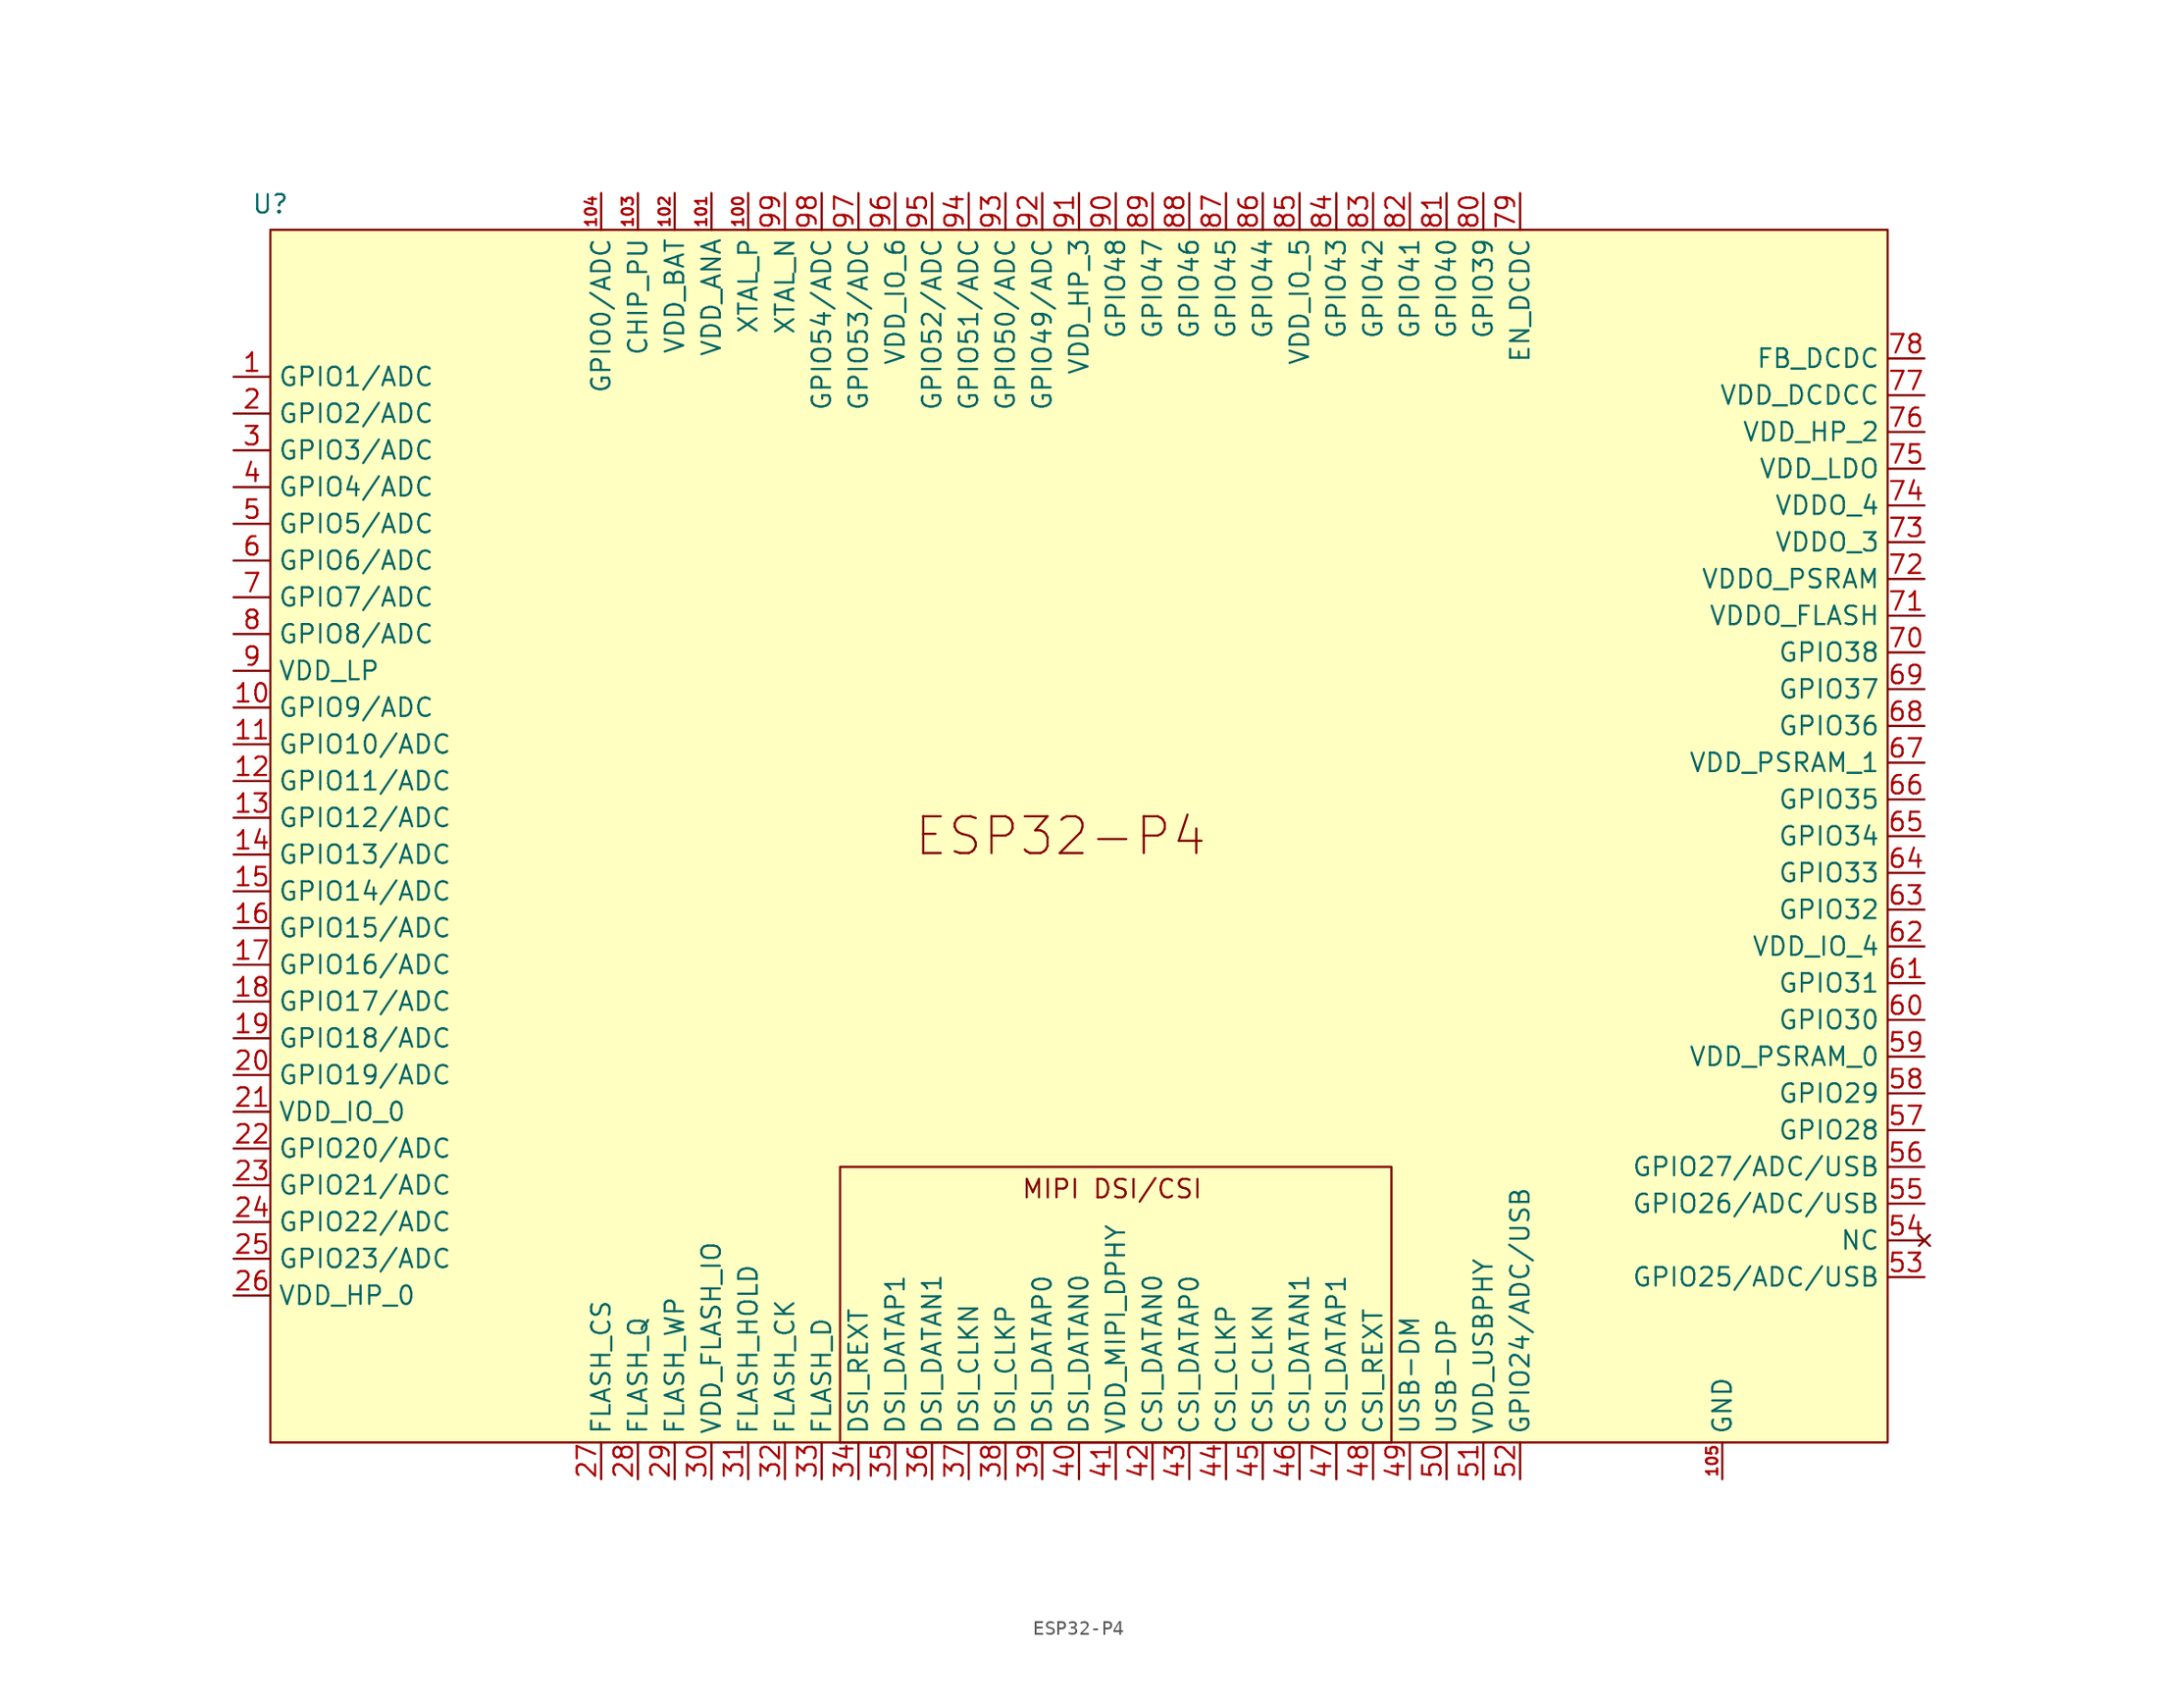
<source format=kicad_sym>
(kicad_symbol_lib
  (version 20241209)
  (generator "kicad_symbol_editor")
  (generator_version "9.0")
  (symbol "ESP32-P4"
    (property "Reference" "U"
      (at -54.61 43.688 0)
      (effects (font (size 1.27 1.27))))
    (property "Value" ""
      (at -54.61 -41.91 0)
      (effects (font (size 1.27 1.27))))
    (symbol "ESP32-P4_1_0"
      (polyline (pts (xy -4.525 14.501) (xy -4.739 14.278) (xy -4.941 14.045) (xy -5.131 13.804) (xy -5.308 13.554) (xy -5.472 13.296) (xy -5.622 13.031) (xy -5.76 12.76) (xy -5.884 12.482) (xy -5.994 12.198) (xy -6.09 11.91) (xy -6.172 11.616) (xy -6.239 11.318) (xy -6.292 11.017) (xy -6.33 10.713) (xy -6.354 10.405) (xy -6.361 10.096) (xy -6.354 9.787) (xy -6.33 9.479) (xy -6.292 9.175) (xy -6.239 8.874) (xy -6.172 8.576) (xy -6.09 8.282) (xy -5.994 7.994) (xy -5.884 7.71) (xy -5.76 7.432) (xy -5.622 7.16) (xy -5.472 6.896) (xy -5.308 6.638) (xy -5.131 6.388) (xy -4.941 6.147) (xy -4.739 5.914) (xy -4.525 5.691) (xy -4.302 5.477) (xy -4.069 5.275) (xy -3.828 5.085) (xy -3.578 4.909) (xy -3.321 4.745) (xy -3.056 4.594) (xy -2.784 4.457) (xy -2.506 4.333) (xy -2.223 4.223) (xy -1.934 4.126) (xy -1.641 4.044) (xy -1.343 3.977) (xy -1.042 3.924) (xy -0.737 3.886) (xy -0.43 3.863) (xy -0.12 3.855) (xy 0.189 3.863) (xy 0.496 3.886) (xy 0.801 3.924) (xy 1.102 3.977) (xy 1.4 4.044) (xy 1.693 4.126) (xy 1.982 4.223) (xy 2.266 4.333) (xy 2.543 4.457) (xy 2.815 4.594) (xy 3.08 4.745) (xy 3.337 4.909) (xy 3.587 5.085) (xy 3.829 5.275) (xy 4.061 5.477) (xy 4.284 5.691) (xy 4.643 5.333) (xy 4.398 5.104) (xy 4.143 4.888) (xy 3.879 4.687) (xy 3.606 4.499) (xy 3.325 4.325) (xy 3.036 4.166) (xy 2.739 4.021) (xy 2.437 3.892) (xy 2.128 3.777) (xy 1.813 3.678) (xy 1.494 3.595) (xy 1.17 3.527) (xy 0.843 3.475) (xy 0.513 3.44) (xy 0.179 3.421) (xy -0.156 3.418) (xy -0.5 3.427) (xy -0.841 3.453) (xy -1.176 3.495) (xy -1.506 3.554) (xy -1.83 3.629) (xy -2.148 3.719) (xy -2.459 3.824) (xy -2.764 3.943) (xy -3.061 4.077) (xy -3.35 4.225) (xy -3.631 4.386) (xy -3.903 4.559) (xy -4.166 4.746) (xy -4.42 4.944) (xy -4.663 5.154) (xy -4.896 5.376) (xy -5.119 5.608) (xy -5.33 5.851) (xy -5.529 6.103) (xy -5.717 6.365) (xy -5.892 6.637) (xy -6.054 6.917) (xy -6.203 7.205) (xy -6.338 7.502) (xy -6.459 7.806) (xy -6.565 8.117) (xy -6.657 8.434) (xy -6.733 8.758) (xy -6.793 9.088) (xy -6.837 9.423) (xy -6.864 9.763) (xy -6.874 10.108) (xy -6.867 10.441) (xy -6.843 10.772) (xy -6.803 11.101) (xy -6.747 11.426) (xy -6.675 11.747) (xy -6.588 12.063) (xy -6.485 12.375) (xy -6.367 12.681) (xy -6.234 12.98) (xy -6.087 13.273) (xy -5.925 13.559) (xy -5.748 13.837) (xy -5.559 14.107) (xy -5.355 14.367) (xy -5.137 14.618) (xy -4.907 14.859) (xy -4.525 14.501)) (stroke (width -0.0001) (type solid)) (fill (type color) (color 231 53 44 1)))
      (polyline (pts (xy -3.631 7.429) (xy -3.588 7.425) (xy -3.545 7.42) (xy -3.503 7.413) (xy -3.462 7.403) (xy -3.421 7.392) (xy -3.381 7.379) (xy -3.341 7.364) (xy -3.302 7.346) (xy -3.264 7.327) (xy -3.227 7.306) (xy -3.191 7.284) (xy -3.156 7.259) (xy -3.123 7.233) (xy -3.09 7.205) (xy -3.059 7.175) (xy -3.029 7.144) (xy -3.001 7.111) (xy -2.975 7.078) (xy -2.95 7.043) (xy -2.928 7.007) (xy -2.907 6.97) (xy -2.888 6.932) (xy -2.871 6.893) (xy -2.855 6.854) (xy -2.842 6.813) (xy -2.831 6.772) (xy -2.821 6.731) (xy -2.814 6.689) (xy -2.809 6.646) (xy -2.805 6.604) (xy -2.804 6.56) (xy -2.807 6.495) (xy -2.814 6.431) (xy -2.826 6.367) (xy -2.843 6.306) (xy -2.864 6.245) (xy -2.889 6.187) (xy -2.918 6.131) (xy -2.951 6.077) (xy -2.988 6.026) (xy -3.029 5.978) (xy -3.073 5.932) (xy -3.12 5.89) (xy -3.171 5.851) (xy -3.225 5.816) (xy -3.281 5.785) (xy -3.341 5.757) (xy -3.402 5.735) (xy -3.465 5.717) (xy -3.528 5.704) (xy -3.591 5.695) (xy -3.655 5.691) (xy -3.718 5.692) (xy -3.781 5.698) (xy -3.843 5.708) (xy -3.905 5.723) (xy -3.965 5.742) (xy -4.024 5.765) (xy -4.081 5.793) (xy -4.136 5.825) (xy -4.189 5.861) (xy -4.24 5.901) (xy -4.288 5.946) (xy -4.333 5.994) (xy -4.373 6.045) (xy -4.41 6.098) (xy -4.441 6.153) (xy -4.469 6.21) (xy -4.493 6.269) (xy -4.512 6.329) (xy -4.526 6.391) (xy -4.536 6.453) (xy -4.542 6.516) (xy -4.543 6.58) (xy -4.539 6.643) (xy -4.53 6.706) (xy -4.517 6.769) (xy -4.5 6.832) (xy -4.477 6.893) (xy -4.463 6.923) (xy -4.449 6.953) (xy -4.434 6.981) (xy -4.418 7.009) (xy -4.401 7.037) (xy -4.383 7.063) (xy -4.364 7.089) (xy -4.344 7.114) (xy -4.323 7.138) (xy -4.302 7.161) (xy -4.279 7.184) (xy -4.256 7.206) (xy -4.232 7.226) (xy -4.208 7.246) (xy -4.183 7.265) (xy -4.157 7.283) (xy -4.13 7.3) (xy -4.103 7.316) (xy -4.075 7.331) (xy -4.047 7.346) (xy -4.018 7.359) (xy -3.989 7.371) (xy -3.959 7.382) (xy -3.929 7.391) (xy -3.898 7.4) (xy -3.867 7.408) (xy -3.835 7.415) (xy -3.804 7.42) (xy -3.772 7.424) (xy -3.739 7.427) (xy -3.707 7.429) (xy -3.674 7.43) (xy -3.631 7.429)) (stroke (width -0.0001) (type solid)) (fill (type color) (color 231 53 44 1)))
      (polyline (pts (xy -3.618 12.626) (xy -3.554 12.624) (xy -3.489 12.621) (xy -3.425 12.615) (xy -3.361 12.609) (xy -3.296 12.601) (xy -3.232 12.591) (xy -3.169 12.58) (xy -2.876 12.528) (xy -2.588 12.464) (xy -2.306 12.387) (xy -2.029 12.298) (xy -1.758 12.197) (xy -1.494 12.085) (xy -1.236 11.962) (xy -0.984 11.828) (xy -0.74 11.683) (xy -0.503 11.528) (xy -0.273 11.364) (xy -0.052 11.19) (xy 0.162 11.007) (xy 0.367 10.814) (xy 0.563 10.614) (xy 0.751 10.405) (xy 0.929 10.188) (xy 1.098 9.963) (xy 1.257 9.732) (xy 1.406 9.493) (xy 1.545 9.248) (xy 1.673 8.996) (xy 1.79 8.738) (xy 1.896 8.475) (xy 1.991 8.206) (xy 2.074 7.933) (xy 2.145 7.654) (xy 2.204 7.371) (xy 2.25 7.084) (xy 2.284 6.794) (xy 2.304 6.5) (xy 2.311 6.202) (xy 2.31 6.051) (xy 2.305 5.899) (xy 2.296 5.748) (xy 2.284 5.598) (xy 2.269 5.447) (xy 2.249 5.297) (xy 2.226 5.147) (xy 2.199 4.998) (xy 2.092 4.948) (xy 1.984 4.901) (xy 1.876 4.856) (xy 1.766 4.812) (xy 1.655 4.772) (xy 1.544 4.733) (xy 1.431 4.697) (xy 1.319 4.663) (xy 0.296 4.951) (xy 0.324 5.048) (xy 0.35 5.146) (xy 0.372 5.245) (xy 0.393 5.344) (xy 0.411 5.443) (xy 0.426 5.543) (xy 0.439 5.644) (xy 0.449 5.744) (xy 0.467 5.98) (xy 0.472 6.214) (xy 0.466 6.446) (xy 0.448 6.675) (xy 0.419 6.901) (xy 0.379 7.124) (xy 0.328 7.344) (xy 0.267 7.56) (xy 0.196 7.771) (xy 0.115 7.979) (xy 0.024 8.181) (xy -0.076 8.379) (xy -0.186 8.571) (xy -0.304 8.757) (xy -0.431 8.938) (xy -0.567 9.112) (xy -0.71 9.28) (xy -0.861 9.44) (xy -1.02 9.593) (xy -1.186 9.739) (xy -1.36 9.877) (xy -1.54 10.007) (xy -1.727 10.128) (xy -1.92 10.24) (xy -2.119 10.343) (xy -2.324 10.437) (xy -2.535 10.521) (xy -2.751 10.595) (xy -2.971 10.658) (xy -3.197 10.711) (xy -3.427 10.753) (xy -3.662 10.783) (xy -3.679 10.784) (xy -3.697 10.785) (xy -3.714 10.785) (xy -3.731 10.784) (xy -3.748 10.781) (xy -3.765 10.778) (xy -3.782 10.775) (xy -3.799 10.77) (xy -3.815 10.765) (xy -3.831 10.759) (xy -3.847 10.752) (xy -3.862 10.744) (xy -3.877 10.735) (xy -3.892 10.726) (xy -3.906 10.716) (xy -3.92 10.705) (xy -3.933 10.694) (xy -3.945 10.681) (xy -3.957 10.669) (xy -3.968 10.656) (xy -3.979 10.642) (xy -3.989 10.628) (xy -3.998 10.613) (xy -4.006 10.598) (xy -4.013 10.583) (xy -4.02 10.567) (xy -4.026 10.551) (xy -4.031 10.534) (xy -4.036 10.518) (xy -4.039 10.501) (xy -4.042 10.483) (xy -4.044 10.466) (xy -4.044 10.448) (xy -4.044 10.431) (xy -4.043 10.414) (xy -4.041 10.397) (xy -4.038 10.38) (xy -4.035 10.364) (xy -4.031 10.348) (xy -4.026 10.332) (xy -4.02 10.316) (xy -4.014 10.301) (xy -4.007 10.286) (xy -3.999 10.271) (xy -3.991 10.257) (xy -3.982 10.243) (xy -3.972 10.23) (xy -3.962 10.217) (xy -3.951 10.204) (xy -3.94 10.193) (xy -3.928 10.181) (xy -3.916 10.17) (xy -3.903 10.16) (xy -3.889 10.15) (xy -3.875 10.141) (xy -3.861 10.133) (xy -3.846 10.125) (xy -3.831 10.118) (xy -3.816 10.111) (xy -3.8 10.106) (xy -3.783 10.101) (xy -3.767 10.096) (xy -3.75 10.093) (xy -3.732 10.09) (xy -3.598 10.074) (xy -3.465 10.053) (xy -3.333 10.027) (xy -3.202 9.996) (xy -3.072 9.961) (xy -2.944 9.922) (xy -2.817 9.878) (xy -2.692 9.83) (xy -2.569 9.777) (xy -2.447 9.721) (xy -2.328 9.659) (xy -2.211 9.594) (xy -2.096 9.524) (xy -1.983 9.451) (xy -1.873 9.373) (xy -1.765 9.291) (xy -1.569 9.133) (xy -1.385 8.964) (xy -1.213 8.784) (xy -1.054 8.595) (xy -0.908 8.396) (xy -0.774 8.19) (xy -0.655 7.976) (xy -0.549 7.755) (xy -0.457 7.527) (xy -0.379 7.295) (xy -0.316 7.057) (xy -0.268 6.815) (xy -0.235 6.57) (xy -0.218 6.322) (xy -0.217 6.072) (xy -0.232 5.82) (xy -0.238 5.85) (xy -0.247 5.762) (xy -0.259 5.674) (xy -0.273 5.587) (xy -0.288 5.5) (xy -0.306 5.413) (xy -0.325 5.327) (xy -0.346 5.242) (xy -0.37 5.157) (xy -0.395 5.072) (xy -0.422 4.988) (xy -0.451 4.905) (xy -0.482 4.822) (xy -0.515 4.74) (xy -0.55 4.659) (xy -0.587 4.579) (xy -0.625 4.499) (xy -0.759 4.509) (xy -0.893 4.523) (xy -1.026 4.54) (xy -1.159 4.56) (xy -1.291 4.584) (xy -1.422 4.611) (xy -1.553 4.641) (xy -1.683 4.675) (xy -2.387 5.128) (xy -2.348 5.19) (xy -2.312 5.254) (xy -2.277 5.319) (xy -2.245 5.385) (xy -2.216 5.452) (xy -2.189 5.52) (xy -2.164 5.589) (xy -2.143 5.659) (xy -2.123 5.729) (xy -2.106 5.8) (xy -2.092 5.872) (xy -2.08 5.944) (xy -2.071 6.017) (xy -2.064 6.09) (xy -2.06 6.164) (xy -2.058 6.237) (xy -2.061 6.331) (xy -2.067 6.424) (xy -2.077 6.516) (xy -2.092 6.606) (xy -2.11 6.696) (xy -2.132 6.784) (xy -2.158 6.87) (xy -2.187 6.955) (xy -2.22 7.038) (xy -2.257 7.12) (xy -2.297 7.2) (xy -2.34 7.277) (xy -2.386 7.353) (xy -2.436 7.427) (xy -2.489 7.498) (xy -2.545 7.567) (xy -2.603 7.633) (xy -2.665 7.697) (xy -2.729 7.759) (xy -2.796 7.817) (xy -2.865 7.873) (xy -2.937 7.926) (xy -3.011 7.975) (xy -3.088 8.022) (xy -3.167 8.065) (xy -3.247 8.105) (xy -3.33 8.142) (xy -3.415 8.175) (xy -3.502 8.204) (xy -3.591 8.23) (xy -3.681 8.252) (xy -3.773 8.27) (xy -3.843 8.279) (xy -3.913 8.289) (xy -3.982 8.3) (xy -4.051 8.312) (xy -4.12 8.325) (xy -4.189 8.339) (xy -4.257 8.354) (xy -4.325 8.369) (xy -4.455 8.416) (xy -4.58 8.47) (xy -4.701 8.532) (xy -4.817 8.6) (xy -4.928 8.675) (xy -5.035 8.757) (xy -5.136 8.845) (xy -5.231 8.939) (xy -5.321 9.038) (xy -5.404 9.143) (xy -5.481 9.253) (xy -5.551 9.367) (xy -5.614 9.487) (xy -5.67 9.61) (xy -5.719 9.737) (xy -5.76 9.868) (xy -5.793 10.002) (xy -5.817 10.136) (xy -5.833 10.271) (xy -5.84 10.405) (xy -5.839 10.54) (xy -5.83 10.674) (xy -5.813 10.806) (xy -5.787 10.938) (xy -5.754 11.067) (xy -5.713 11.195) (xy -5.664 11.32) (xy -5.608 11.442) (xy -5.544 11.56) (xy -5.472 11.675) (xy -5.393 11.787) (xy -5.306 11.893) (xy -5.25 11.955) (xy -5.192 12.014) (xy -5.132 12.071) (xy -5.07 12.126) (xy -5.005 12.178) (xy -4.94 12.227) (xy -4.872 12.275) (xy -4.803 12.319) (xy -4.732 12.362) (xy -4.659 12.401) (xy -4.585 12.438) (xy -4.51 12.472) (xy -4.433 12.503) (xy -4.356 12.532) (xy -4.277 12.557) (xy -4.196 12.58) (xy -4.133 12.591) (xy -4.069 12.601) (xy -4.004 12.609) (xy -3.94 12.615) (xy -3.876 12.621) (xy -3.811 12.624) (xy -3.747 12.626) (xy -3.682 12.627) (xy -3.618 12.626)) (stroke (width -0.0001) (type solid)) (fill (type color) (color 231 53 44 1)))
      (polyline (pts (xy -2.489 15.039) (xy -2.126 14.964) (xy -1.768 14.874) (xy -1.416 14.771) (xy -1.071 14.653) (xy -0.732 14.523) (xy -0.4 14.38) (xy -0.075 14.223) (xy 0.243 14.055) (xy 0.552 13.874) (xy 0.854 13.681) (xy 1.147 13.477) (xy 1.708 13.036) (xy 2.231 12.553) (xy 2.714 12.03) (xy 3.155 11.47) (xy 3.359 11.176) (xy 3.552 10.874) (xy 3.732 10.565) (xy 3.901 10.247) (xy 4.057 9.922) (xy 4.201 9.59) (xy 4.331 9.251) (xy 4.449 8.906) (xy 4.552 8.554) (xy 4.642 8.197) (xy 4.717 7.833) (xy 4.778 7.465) (xy 4.682 7.295) (xy 4.581 7.129) (xy 4.475 6.966) (xy 4.363 6.807) (xy 4.247 6.651) (xy 4.125 6.5) (xy 3.999 6.352) (xy 3.867 6.208) (xy 3.027 6.208) (xy 3.018 6.575) (xy 2.99 6.938) (xy 2.944 7.295) (xy 2.88 7.647) (xy 2.8 7.992) (xy 2.704 8.331) (xy 2.591 8.663) (xy 2.463 8.987) (xy 2.319 9.303) (xy 2.161 9.611) (xy 1.989 9.91) (xy 1.803 10.2) (xy 1.604 10.48) (xy 1.391 10.75) (xy 1.167 11.009) (xy 0.93 11.257) (xy 0.682 11.493) (xy 0.423 11.717) (xy 0.153 11.929) (xy -0.127 12.129) (xy -0.417 12.314) (xy -0.716 12.486) (xy -1.024 12.644) (xy -1.34 12.787) (xy -1.665 12.915) (xy -1.996 13.027) (xy -2.335 13.124) (xy -2.681 13.204) (xy -3.033 13.267) (xy -3.39 13.312) (xy -3.752 13.34) (xy -4.12 13.35) (xy -4.12 14.19) (xy -3.976 14.322) (xy -3.828 14.449) (xy -3.676 14.571) (xy -3.52 14.688) (xy -3.36 14.799) (xy -3.196 14.905) (xy -3.028 15.005) (xy -2.857 15.1) (xy -2.489 15.039)) (stroke (width -0.0001) (type solid)) (fill (type color) (color 231 53 44 1)))
      (polyline (pts (xy 0.072 15.746) (xy 0.36 15.725) (xy 0.643 15.691) (xy 0.923 15.642) (xy 1.198 15.58) (xy 1.467 15.505) (xy 1.73 15.417) (xy 1.988 15.316) (xy 2.24 15.204) (xy 2.485 15.079) (xy 2.723 14.944) (xy 2.953 14.797) (xy 3.176 14.64) (xy 3.39 14.472) (xy 3.596 14.294) (xy 3.794 14.107) (xy 3.982 13.911) (xy 4.161 13.706) (xy 4.329 13.492) (xy 4.488 13.27) (xy 4.636 13.04) (xy 4.773 12.803) (xy 4.898 12.559) (xy 5.012 12.308) (xy 5.114 12.051) (xy 5.203 11.788) (xy 5.28 11.519) (xy 5.343 11.245) (xy 5.393 10.965) (xy 5.43 10.682) (xy 5.452 10.394) (xy 5.459 10.102) (xy 5.455 9.977) (xy 5.452 9.91) (xy 5.447 9.852) (xy 5.442 9.8) (xy 5.435 9.752) (xy 5.427 9.704) (xy 5.417 9.653) (xy 5.394 9.532) (xy 5.019 9.397) (xy 4.821 9.912) (xy 4.596 10.412) (xy 4.344 10.896) (xy 4.067 11.364) (xy 3.764 11.814) (xy 3.438 12.246) (xy 3.089 12.658) (xy 2.718 13.05) (xy 2.326 13.421) (xy 1.913 13.769) (xy 1.482 14.095) (xy 1.031 14.397) (xy 0.563 14.674) (xy 0.079 14.925) (xy -0.422 15.149) (xy -0.937 15.347) (xy -0.808 15.722) (xy -0.735 15.732) (xy -0.662 15.739) (xy -0.589 15.745) (xy -0.516 15.748) (xy -0.443 15.75) (xy -0.369 15.751) (xy -0.22 15.752) (xy 0.072 15.746)) (stroke (width -0.0001) (type solid)) (fill (type color) (color 231 53 44 1)))
      (pin bidirectional line (at -57.15 8.89 0) (length 2.54) (name "GPIO9/ADC" (effects (font (size 1.27 1.27)))) (number "10" (effects (font (size 1.27 1.27)))))
      (pin bidirectional line (at -57.15 6.35 0) (length 2.54) (name "GPIO10/ADC" (effects (font (size 1.27 1.27)))) (number "11" (effects (font (size 1.27 1.27)))))
      (pin bidirectional line (at -57.15 3.81 0) (length 2.54) (name "GPIO11/ADC" (effects (font (size 1.27 1.27)))) (number "12" (effects (font (size 1.27 1.27)))))
      (pin bidirectional line (at -57.15 1.27 0) (length 2.54) (name "GPIO12/ADC" (effects (font (size 1.27 1.27)))) (number "13" (effects (font (size 1.27 1.27)))))
      (pin bidirectional line (at -57.15 -1.27 0) (length 2.54) (name "GPIO13/ADC" (effects (font (size 1.27 1.27)))) (number "14" (effects (font (size 1.27 1.27)))))
      (pin bidirectional line (at -57.15 -3.81 0) (length 2.54) (name "GPIO14/ADC" (effects (font (size 1.27 1.27)))) (number "15" (effects (font (size 1.27 1.27)))))
      (pin bidirectional line (at -57.15 -6.35 0) (length 2.54) (name "GPIO15/ADC" (effects (font (size 1.27 1.27)))) (number "16" (effects (font (size 1.27 1.27)))))
      (pin bidirectional line (at -57.15 -8.89 0) (length 2.54) (name "GPIO16/ADC" (effects (font (size 1.27 1.27)))) (number "17" (effects (font (size 1.27 1.27)))))
      (pin bidirectional line (at -57.15 -11.43 0) (length 2.54) (name "GPIO17/ADC" (effects (font (size 1.27 1.27)))) (number "18" (effects (font (size 1.27 1.27)))))
      (pin bidirectional line (at -57.15 -13.97 0) (length 2.54) (name "GPIO18/ADC" (effects (font (size 1.27 1.27)))) (number "19" (effects (font (size 1.27 1.27)))))
      (pin bidirectional line (at -57.15 -16.51 0) (length 2.54) (name "GPIO19/ADC" (effects (font (size 1.27 1.27)))) (number "20" (effects (font (size 1.27 1.27)))))
      (pin power_in line (at -57.15 -19.05 0) (length 2.54) (name "VDD_IO_0" (effects (font (size 1.27 1.27)))) (number "21" (effects (font (size 1.27 1.27)))))
      (pin bidirectional line (at -57.15 -21.59 0) (length 2.54) (name "GPIO20/ADC" (effects (font (size 1.27 1.27)))) (number "22" (effects (font (size 1.27 1.27)))))
      (pin bidirectional line (at -57.15 -24.13 0) (length 2.54) (name "GPIO21/ADC" (effects (font (size 1.27 1.27)))) (number "23" (effects (font (size 1.27 1.27)))))
      (pin bidirectional line (at -57.15 -26.67 0) (length 2.54) (name "GPIO22/ADC" (effects (font (size 1.27 1.27)))) (number "24" (effects (font (size 1.27 1.27)))))
      (pin bidirectional line (at -57.15 -29.21 0) (length 2.54) (name "GPIO23/ADC" (effects (font (size 1.27 1.27)))) (number "25" (effects (font (size 1.27 1.27)))))
      (pin power_in line (at -57.15 -31.75 0) (length 2.54) (name "VDD_HP_0" (effects (font (size 1.27 1.27)))) (number "26" (effects (font (size 1.27 1.27)))))
      (pin bidirectional line (at -31.75 44.45 270) (length 2.54) (name "GPIO0/ADC" (effects (font (size 1.27 1.27)))) (number "104" (effects (font (size 0.762 0.762)))))
      (pin bidirectional line (at -31.75 -44.45 90) (length 2.54) (name "FLASH_CS" (effects (font (size 1.27 1.27)))) (number "27" (effects (font (size 1.27 1.27)))))
      (pin input line (at -29.21 44.45 270) (length 2.54) (name "CHIP_PU" (effects (font (size 1.27 1.27)))) (number "103" (effects (font (size 0.762 0.762)))))
      (pin bidirectional line (at -29.21 -44.45 90) (length 2.54) (name "FLASH_Q" (effects (font (size 1.27 1.27)))) (number "28" (effects (font (size 1.27 1.27)))))
      (pin bidirectional line (at -26.67 44.45 270) (length 2.54) (name "VDD_BAT" (effects (font (size 1.27 1.27)))) (number "102" (effects (font (size 0.762 0.762)))))
      (pin bidirectional line (at -26.67 -44.45 90) (length 2.54) (name "FLASH_WP" (effects (font (size 1.27 1.27)))) (number "29" (effects (font (size 1.27 1.27)))))
      (pin bidirectional line (at -24.13 44.45 270) (length 2.54) (name "VDD_ANA" (effects (font (size 1.27 1.27)))) (number "101" (effects (font (size 0.762 0.762)))))
      (pin power_in line (at -24.13 -44.45 90) (length 2.54) (name "VDD_FLASH_IO" (effects (font (size 1.27 1.27)))) (number "30" (effects (font (size 1.27 1.27)))))
      (pin bidirectional line (at -21.59 44.45 270) (length 2.54) (name "XTAL_P" (effects (font (size 1.27 1.27)))) (number "100" (effects (font (size 0.762 0.762)))))
      (pin bidirectional line (at -21.59 -44.45 90) (length 2.54) (name "FLASH_HOLD" (effects (font (size 1.27 1.27)))) (number "31" (effects (font (size 1.27 1.27)))))
      (pin bidirectional line (at -19.05 44.45 270) (length 2.54) (name "XTAL_N" (effects (font (size 1.27 1.27)))) (number "99" (effects (font (size 1.27 1.27)))))
      (pin bidirectional line (at -19.05 -44.45 90) (length 2.54) (name "FLASH_CK" (effects (font (size 1.27 1.27)))) (number "32" (effects (font (size 1.27 1.27)))))
      (pin bidirectional line (at -16.51 44.45 270) (length 2.54) (name "GPIO54/ADC" (effects (font (size 1.27 1.27)))) (number "98" (effects (font (size 1.27 1.27)))))
      (pin bidirectional line (at -16.51 -44.45 90) (length 2.54) (name "FLASH_D" (effects (font (size 1.27 1.27)))) (number "33" (effects (font (size 1.27 1.27)))))
      (pin bidirectional line (at -13.97 44.45 270) (length 2.54) (name "GPIO53/ADC" (effects (font (size 1.27 1.27)))) (number "97" (effects (font (size 1.27 1.27)))))
      (pin bidirectional line (at -13.97 -44.45 90) (length 2.54) (name "DSI_REXT" (effects (font (size 1.27 1.27)))) (number "34" (effects (font (size 1.27 1.27)))))
      (pin power_in line (at -11.43 44.45 270) (length 2.54) (name "VDD_IO_6" (effects (font (size 1.27 1.27)))) (number "96" (effects (font (size 1.27 1.27)))))
      (pin bidirectional line (at -11.43 -44.45 90) (length 2.54) (name "DSI_DATAP1" (effects (font (size 1.27 1.27)))) (number "35" (effects (font (size 1.27 1.27)))))
      (pin bidirectional line (at -8.89 44.45 270) (length 2.54) (name "GPIO52/ADC" (effects (font (size 1.27 1.27)))) (number "95" (effects (font (size 1.27 1.27)))))
      (pin bidirectional line (at -8.89 -44.45 90) (length 2.54) (name "DSI_DATAN1" (effects (font (size 1.27 1.27)))) (number "36" (effects (font (size 1.27 1.27)))))
      (pin bidirectional line (at -6.35 44.45 270) (length 2.54) (name "GPIO51/ADC" (effects (font (size 1.27 1.27)))) (number "94" (effects (font (size 1.27 1.27)))))
      (pin bidirectional line (at -6.35 -44.45 90) (length 2.54) (name "DSI_CLKN" (effects (font (size 1.27 1.27)))) (number "37" (effects (font (size 1.27 1.27)))))
      (pin bidirectional line (at -3.81 44.45 270) (length 2.54) (name "GPIO50/ADC" (effects (font (size 1.27 1.27)))) (number "93" (effects (font (size 1.27 1.27)))))
      (pin bidirectional line (at -3.81 -44.45 90) (length 2.54) (name "DSI_CLKP" (effects (font (size 1.27 1.27)))) (number "38" (effects (font (size 1.27 1.27)))))
      (pin bidirectional line (at -1.27 44.45 270) (length 2.54) (name "GPIO49/ADC" (effects (font (size 1.27 1.27)))) (number "92" (effects (font (size 1.27 1.27)))))
      (pin bidirectional line (at -1.27 -44.45 90) (length 2.54) (name "DSI_DATAP0" (effects (font (size 1.27 1.27)))) (number "39" (effects (font (size 1.27 1.27)))))
      (pin power_in line (at 1.27 44.45 270) (length 2.54) (name "VDD_HP_3" (effects (font (size 1.27 1.27)))) (number "91" (effects (font (size 1.27 1.27)))))
      (pin bidirectional line (at 1.27 -44.45 90) (length 2.54) (name "DSI_DATAN0" (effects (font (size 1.27 1.27)))) (number "40" (effects (font (size 1.27 1.27)))))
      (pin bidirectional line (at 3.81 44.45 270) (length 2.54) (name "GPIO48" (effects (font (size 1.27 1.27)))) (number "90" (effects (font (size 1.27 1.27)))))
      (pin power_in line (at 3.81 -44.45 90) (length 2.54) (name "VDD_MIPI_DPHY" (effects (font (size 1.27 1.27)))) (number "41" (effects (font (size 1.27 1.27)))))
      (pin bidirectional line (at 6.35 44.45 270) (length 2.54) (name "GPIO47" (effects (font (size 1.27 1.27)))) (number "89" (effects (font (size 1.27 1.27)))))
      (pin bidirectional line (at 6.35 -44.45 90) (length 2.54) (name "CSI_DATAN0" (effects (font (size 1.27 1.27)))) (number "42" (effects (font (size 1.27 1.27)))))
      (pin bidirectional line (at 8.89 44.45 270) (length 2.54) (name "GPIO46" (effects (font (size 1.27 1.27)))) (number "88" (effects (font (size 1.27 1.27)))))
      (pin bidirectional line (at 8.89 -44.45 90) (length 2.54) (name "CSI_DATAP0" (effects (font (size 1.27 1.27)))) (number "43" (effects (font (size 1.27 1.27)))))
      (pin bidirectional line (at 11.43 44.45 270) (length 2.54) (name "GPIO45" (effects (font (size 1.27 1.27)))) (number "87" (effects (font (size 1.27 1.27)))))
      (pin bidirectional line (at 11.43 -44.45 90) (length 2.54) (name "CSI_CLKP" (effects (font (size 1.27 1.27)))) (number "44" (effects (font (size 1.27 1.27)))))
      (pin bidirectional line (at 13.97 44.45 270) (length 2.54) (name "GPIO44" (effects (font (size 1.27 1.27)))) (number "86" (effects (font (size 1.27 1.27)))))
      (pin bidirectional line (at 13.97 -44.45 90) (length 2.54) (name "CSI_CLKN" (effects (font (size 1.27 1.27)))) (number "45" (effects (font (size 1.27 1.27)))))
      (pin power_in line (at 16.51 44.45 270) (length 2.54) (name "VDD_IO_5" (effects (font (size 1.27 1.27)))) (number "85" (effects (font (size 1.27 1.27)))))
      (pin bidirectional line (at 16.51 -44.45 90) (length 2.54) (name "CSI_DATAN1" (effects (font (size 1.27 1.27)))) (number "46" (effects (font (size 1.27 1.27)))))
      (pin bidirectional line (at 19.05 44.45 270) (length 2.54) (name "GPIO43" (effects (font (size 1.27 1.27)))) (number "84" (effects (font (size 1.27 1.27)))))
      (pin bidirectional line (at 19.05 -44.45 90) (length 2.54) (name "CSI_DATAP1" (effects (font (size 1.27 1.27)))) (number "47" (effects (font (size 1.27 1.27)))))
      (pin bidirectional line (at 21.59 44.45 270) (length 2.54) (name "GPIO42" (effects (font (size 1.27 1.27)))) (number "83" (effects (font (size 1.27 1.27)))))
      (pin bidirectional line (at 21.59 -44.45 90) (length 2.54) (name "CSI_REXT" (effects (font (size 1.27 1.27)))) (number "48" (effects (font (size 1.27 1.27)))))
      (pin bidirectional line (at 24.13 44.45 270) (length 2.54) (name "GPIO41" (effects (font (size 1.27 1.27)))) (number "82" (effects (font (size 1.27 1.27)))))
      (pin bidirectional line (at 24.13 -44.45 90) (length 2.54) (name "USB-DM" (effects (font (size 1.27 1.27)))) (number "49" (effects (font (size 1.27 1.27)))))
      (pin bidirectional line (at 26.67 44.45 270) (length 2.54) (name "GPIO40" (effects (font (size 1.27 1.27)))) (number "81" (effects (font (size 1.27 1.27)))))
      (pin bidirectional line (at 26.67 -44.45 90) (length 2.54) (name "USB-DP" (effects (font (size 1.27 1.27)))) (number "50" (effects (font (size 1.27 1.27)))))
      (pin bidirectional line (at 29.21 44.45 270) (length 2.54) (name "GPIO39" (effects (font (size 1.27 1.27)))) (number "80" (effects (font (size 1.27 1.27)))))
      (pin power_in line (at 29.21 -44.45 90) (length 2.54) (name "VDD_USBPHY" (effects (font (size 1.27 1.27)))) (number "51" (effects (font (size 1.27 1.27)))))
      (pin output line (at 31.75 44.45 270) (length 2.54) (name "EN_DCDC" (effects (font (size 1.27 1.27)))) (number "79" (effects (font (size 1.27 1.27)))))
      (pin bidirectional line (at 31.75 -44.45 90) (length 2.54) (name "GPIO24/ADC/USB" (effects (font (size 1.27 1.27)))) (number "52" (effects (font (size 1.27 1.27)))))
      (pin power_in line (at 45.72 -44.45 90) (length 2.54) (name "GND" (effects (font (size 1.27 1.27)))) (number "105" (effects (font (size 0.762 0.762)))))
      (pin bidirectional line (at 59.69 33.02 180) (length 2.54) (name "FB_DCDC" (effects (font (size 1.27 1.27)))) (number "78" (effects (font (size 1.27 1.27)))))
      (pin power_in line (at 59.69 30.48 180) (length 2.54) (name "VDD_DCDCC" (effects (font (size 1.27 1.27)))) (number "77" (effects (font (size 1.27 1.27)))))
      (pin power_in line (at 59.69 27.94 180) (length 2.54) (name "VDD_HP_2" (effects (font (size 1.27 1.27)))) (number "76" (effects (font (size 1.27 1.27)))))
      (pin power_in line (at 59.69 25.4 180) (length 2.54) (name "VDD_LDO" (effects (font (size 1.27 1.27)))) (number "75" (effects (font (size 1.27 1.27)))))
      (pin power_in line (at 59.69 22.86 180) (length 2.54) (name "VDDO_4" (effects (font (size 1.27 1.27)))) (number "74" (effects (font (size 1.27 1.27)))))
      (pin power_in line (at 59.69 20.32 180) (length 2.54) (name "VDDO_3" (effects (font (size 1.27 1.27)))) (number "73" (effects (font (size 1.27 1.27)))))
      (pin power_in line (at 59.69 17.78 180) (length 2.54) (name "VDDO_PSRAM" (effects (font (size 1.27 1.27)))) (number "72" (effects (font (size 1.27 1.27)))))
      (pin power_in line (at 59.69 15.24 180) (length 2.54) (name "VDDO_FLASH" (effects (font (size 1.27 1.27)))) (number "71" (effects (font (size 1.27 1.27)))))
      (pin bidirectional line (at 59.69 12.7 180) (length 2.54) (name "GPIO38" (effects (font (size 1.27 1.27)))) (number "70" (effects (font (size 1.27 1.27)))))
      (pin bidirectional line (at 59.69 10.16 180) (length 2.54) (name "GPIO37" (effects (font (size 1.27 1.27)))) (number "69" (effects (font (size 1.27 1.27)))))
      (pin bidirectional line (at 59.69 7.62 180) (length 2.54) (name "GPIO36" (effects (font (size 1.27 1.27)))) (number "68" (effects (font (size 1.27 1.27)))))
      (pin power_in line (at 59.69 5.08 180) (length 2.54) (name "VDD_PSRAM_1" (effects (font (size 1.27 1.27)))) (number "67" (effects (font (size 1.27 1.27)))))
      (pin bidirectional line (at 59.69 2.54 180) (length 2.54) (name "GPIO35" (effects (font (size 1.27 1.27)))) (number "66" (effects (font (size 1.27 1.27)))))
      (pin bidirectional line (at 59.69 0 180) (length 2.54) (name "GPIO34" (effects (font (size 1.27 1.27)))) (number "65" (effects (font (size 1.27 1.27)))))
      (pin bidirectional line (at 59.69 -2.54 180) (length 2.54) (name "GPIO33" (effects (font (size 1.27 1.27)))) (number "64" (effects (font (size 1.27 1.27)))))
      (pin bidirectional line (at 59.69 -5.08 180) (length 2.54) (name "GPIO32" (effects (font (size 1.27 1.27)))) (number "63" (effects (font (size 1.27 1.27)))))
      (pin power_in line (at 59.69 -7.62 180) (length 2.54) (name "VDD_IO_4" (effects (font (size 1.27 1.27)))) (number "62" (effects (font (size 1.27 1.27)))))
      (pin bidirectional line (at 59.69 -10.16 180) (length 2.54) (name "GPIO31" (effects (font (size 1.27 1.27)))) (number "61" (effects (font (size 1.27 1.27)))))
      (pin bidirectional line (at 59.69 -12.7 180) (length 2.54) (name "GPIO30" (effects (font (size 1.27 1.27)))) (number "60" (effects (font (size 1.27 1.27)))))
      (pin power_in line (at 59.69 -15.24 180) (length 2.54) (name "VDD_PSRAM_0" (effects (font (size 1.27 1.27)))) (number "59" (effects (font (size 1.27 1.27)))))
      (pin bidirectional line (at 59.69 -17.78 180) (length 2.54) (name "GPIO29" (effects (font (size 1.27 1.27)))) (number "58" (effects (font (size 1.27 1.27)))))
      (pin bidirectional line (at 59.69 -20.32 180) (length 2.54) (name "GPIO28" (effects (font (size 1.27 1.27)))) (number "57" (effects (font (size 1.27 1.27)))))
      (pin bidirectional line (at 59.69 -22.86 180) (length 2.54) (name "GPIO27/ADC/USB" (effects (font (size 1.27 1.27)))) (number "56" (effects (font (size 1.27 1.27)))))
      (pin bidirectional line (at 59.69 -25.4 180) (length 2.54) (name "GPIO26/ADC/USB" (effects (font (size 1.27 1.27)))) (number "55" (effects (font (size 1.27 1.27)))))
      (pin no_connect line (at 59.69 -27.94 180) (length 2.54) (name "NC" (effects (font (size 1.27 1.27)))) (number "54" (effects (font (size 1.27 1.27)))))
      (pin bidirectional line (at 59.69 -30.48 180) (length 2.54) (name "GPIO25/ADC/USB" (effects (font (size 1.27 1.27)))) (number "53" (effects (font (size 1.27 1.27))))))
    (symbol "ESP32-P4_1_1"
      (rectangle (start -54.61 41.91) (end 57.15 -41.91) (stroke (width 0) (type default)) (fill (type background)))
      (rectangle (start -15.24 -22.86) (end 22.86 -41.91) (stroke (width 0) (type default)) (fill (type none)))
      (text "ESP32-P4" (at 0 0 0) (effects (font (size 2.54 2.54))))
      (text "MIPI DSI/CSI" (at 3.556 -24.384 0) (effects (font (size 1.27 1.27))))
      (pin bidirectional line (at -57.15 31.75 0) (length 2.54) (name "GPIO1/ADC" (effects (font (size 1.27 1.27)))) (number "1" (effects (font (size 1.27 1.27)))))
      (pin bidirectional line (at -57.15 29.21 0) (length 2.54) (name "GPIO2/ADC" (effects (font (size 1.27 1.27)))) (number "2" (effects (font (size 1.27 1.27)))))
      (pin bidirectional line (at -57.15 26.67 0) (length 2.54) (name "GPIO3/ADC" (effects (font (size 1.27 1.27)))) (number "3" (effects (font (size 1.27 1.27)))))
      (pin bidirectional line (at -57.15 24.13 0) (length 2.54) (name "GPIO4/ADC" (effects (font (size 1.27 1.27)))) (number "4" (effects (font (size 1.27 1.27)))))
      (pin bidirectional line (at -57.15 21.59 0) (length 2.54) (name "GPIO5/ADC" (effects (font (size 1.27 1.27)))) (number "5" (effects (font (size 1.27 1.27)))))
      (pin bidirectional line (at -57.15 19.05 0) (length 2.54) (name "GPIO6/ADC" (effects (font (size 1.27 1.27)))) (number "6" (effects (font (size 1.27 1.27)))))
      (pin bidirectional line (at -57.15 16.51 0) (length 2.54) (name "GPIO7/ADC" (effects (font (size 1.27 1.27)))) (number "7" (effects (font (size 1.27 1.27)))))
      (pin bidirectional line (at -57.15 13.97 0) (length 2.54) (name "GPIO8/ADC" (effects (font (size 1.27 1.27)))) (number "8" (effects (font (size 1.27 1.27)))))
      (pin power_in line (at -57.15 11.43 0) (length 2.54) (name "VDD_LP" (effects (font (size 1.27 1.27)))) (number "9" (effects (font (size 1.27 1.27))))))))
</source>
